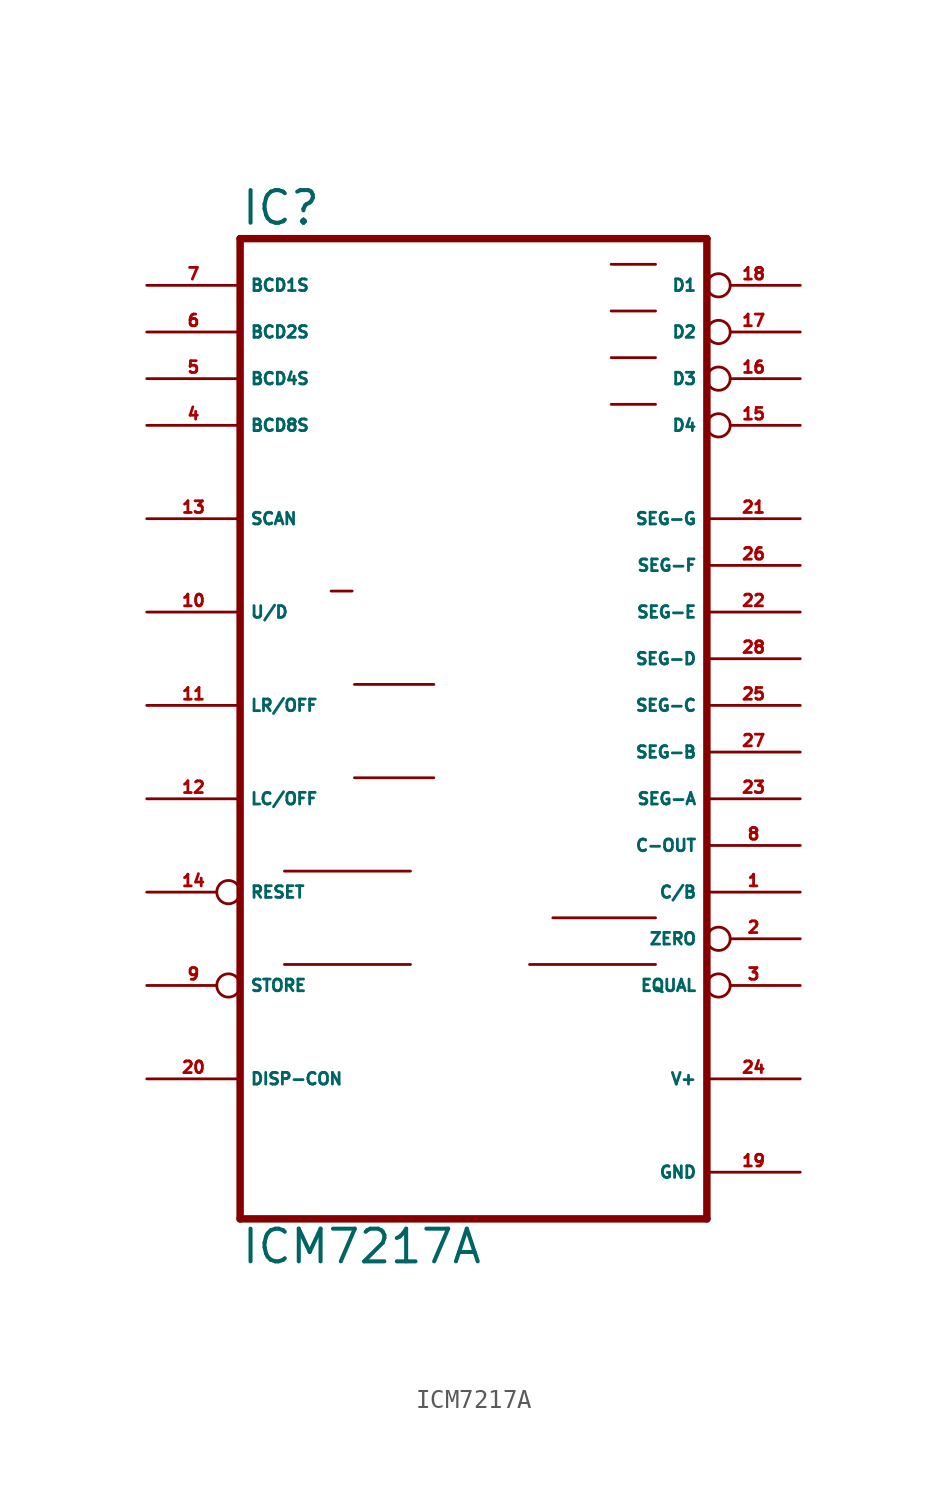
<source format=kicad_sym>
(kicad_symbol_lib
  (version 20220914)
  (generator Eagle2Kicad)
  (symbol "ICM7217A"
    (property "Reference" "IC"
      (at -12.7 26.035 0)
      (effects (font (size 1.778 1.778) (thickness 0.22)) (justify left bottom)))
    (property "Value" "ICM7217A"
      (at -12.7 -30.48 0)
      (effects (font (size 1.778 1.778) (thickness 0.22)) (justify left bottom)))
    (polyline
      (pts (xy 12.7 -27.94) (xy -12.7 -27.94))
      (stroke (width 0.406) (type default))
      (fill (type none)))
    (polyline
      (pts (xy -12.7 25.4) (xy -12.7 -27.94))
      (stroke (width 0.406) (type default))
      (fill (type none)))
    (polyline
      (pts (xy -12.7 25.4) (xy 12.7 25.4))
      (stroke (width 0.406) (type default))
      (fill (type none)))
    (polyline
      (pts (xy 12.7 -27.94) (xy 12.7 25.4))
      (stroke (width 0.406) (type default))
      (fill (type none)))
    (polyline
      (pts (xy 3.048 -14.097) (xy 9.906 -14.097))
      (stroke (width 0.152) (type default))
      (fill (type none)))
    (polyline
      (pts (xy 4.318 -11.557) (xy 9.906 -11.557))
      (stroke (width 0.152) (type default))
      (fill (type none)))
    (polyline
      (pts (xy -10.287 -14.097) (xy -3.429 -14.097))
      (stroke (width 0.152) (type default))
      (fill (type none)))
    (polyline
      (pts (xy -10.287 -9.017) (xy -3.429 -9.017))
      (stroke (width 0.152) (type default))
      (fill (type none)))
    (polyline
      (pts (xy -6.477 -3.937) (xy -2.159 -3.937))
      (stroke (width 0.152) (type default))
      (fill (type none)))
    (polyline
      (pts (xy -6.477 1.143) (xy -2.159 1.143))
      (stroke (width 0.152) (type default))
      (fill (type none)))
    (polyline
      (pts (xy -7.747 6.223) (xy -6.604 6.223))
      (stroke (width 0.152) (type default))
      (fill (type none)))
    (polyline
      (pts (xy 7.493 24.003) (xy 9.906 24.003))
      (stroke (width 0.152) (type default))
      (fill (type none)))
    (polyline
      (pts (xy 7.493 21.463) (xy 9.906 21.463))
      (stroke (width 0.152) (type default))
      (fill (type none)))
    (polyline
      (pts (xy 7.493 18.923) (xy 9.906 18.923))
      (stroke (width 0.152) (type default))
      (fill (type none)))
    (polyline
      (pts (xy 7.493 16.383) (xy 9.906 16.383))
      (stroke (width 0.152) (type default))
      (fill (type none)))
    (pin output inverted
      (at 17.78 22.86 180)
      (length 5.08)
      (name "D1" (effects (font (size 0.635 0.635) (thickness 0.08)) (justify left bottom)))
      (number "18" (effects (font (size 0.635 0.635) (thickness 0.08)) (justify left bottom))))
    (pin output inverted
      (at 17.78 20.32 180)
      (length 5.08)
      (name "D2" (effects (font (size 0.635 0.635) (thickness 0.08)) (justify left bottom)))
      (number "17" (effects (font (size 0.635 0.635) (thickness 0.08)) (justify left bottom))))
    (pin output inverted
      (at 17.78 17.78 180)
      (length 5.08)
      (name "D3" (effects (font (size 0.635 0.635) (thickness 0.08)) (justify left bottom)))
      (number "16" (effects (font (size 0.635 0.635) (thickness 0.08)) (justify left bottom))))
    (pin output inverted
      (at 17.78 15.24 180)
      (length 5.08)
      (name "D4" (effects (font (size 0.635 0.635) (thickness 0.08)) (justify left bottom)))
      (number "15" (effects (font (size 0.635 0.635) (thickness 0.08)) (justify left bottom))))
    (pin output line
      (at 17.78 -10.16 180)
      (length 5.08)
      (name "C/B" (effects (font (size 0.635 0.635) (thickness 0.08)) (justify left bottom)))
      (number "1" (effects (font (size 0.635 0.635) (thickness 0.08)) (justify left bottom))))
    (pin output inverted
      (at 17.78 -12.7 180)
      (length 5.08)
      (name "ZERO" (effects (font (size 0.635 0.635) (thickness 0.08)) (justify left bottom)))
      (number "2" (effects (font (size 0.635 0.635) (thickness 0.08)) (justify left bottom))))
    (pin output inverted
      (at 17.78 -15.24 180)
      (length 5.08)
      (name "EQUAL" (effects (font (size 0.635 0.635) (thickness 0.08)) (justify left bottom)))
      (number "3" (effects (font (size 0.635 0.635) (thickness 0.08)) (justify left bottom))))
    (pin output line
      (at 17.78 10.16 180)
      (length 5.08)
      (name "SEG-G" (effects (font (size 0.635 0.635) (thickness 0.08)) (justify left bottom)))
      (number "21" (effects (font (size 0.635 0.635) (thickness 0.08)) (justify left bottom))))
    (pin output line
      (at 17.78 7.62 180)
      (length 5.08)
      (name "SEG-F" (effects (font (size 0.635 0.635) (thickness 0.08)) (justify left bottom)))
      (number "26" (effects (font (size 0.635 0.635) (thickness 0.08)) (justify left bottom))))
    (pin output line
      (at 17.78 5.08 180)
      (length 5.08)
      (name "SEG-E" (effects (font (size 0.635 0.635) (thickness 0.08)) (justify left bottom)))
      (number "22" (effects (font (size 0.635 0.635) (thickness 0.08)) (justify left bottom))))
    (pin output line
      (at 17.78 2.54 180)
      (length 5.08)
      (name "SEG-D" (effects (font (size 0.635 0.635) (thickness 0.08)) (justify left bottom)))
      (number "28" (effects (font (size 0.635 0.635) (thickness 0.08)) (justify left bottom))))
    (pin bidirectional line
      (at -17.78 22.86 0)
      (length 5.08)
      (name "BCD1S" (effects (font (size 0.635 0.635) (thickness 0.08)) (justify left bottom)))
      (number "7" (effects (font (size 0.635 0.635) (thickness 0.08)) (justify left bottom))))
    (pin bidirectional line
      (at -17.78 20.32 0)
      (length 5.08)
      (name "BCD2S" (effects (font (size 0.635 0.635) (thickness 0.08)) (justify left bottom)))
      (number "6" (effects (font (size 0.635 0.635) (thickness 0.08)) (justify left bottom))))
    (pin bidirectional line
      (at -17.78 17.78 0)
      (length 5.08)
      (name "BCD4S" (effects (font (size 0.635 0.635) (thickness 0.08)) (justify left bottom)))
      (number "5" (effects (font (size 0.635 0.635) (thickness 0.08)) (justify left bottom))))
    (pin bidirectional line
      (at -17.78 15.24 0)
      (length 5.08)
      (name "BCD8S" (effects (font (size 0.635 0.635) (thickness 0.08)) (justify left bottom)))
      (number "4" (effects (font (size 0.635 0.635) (thickness 0.08)) (justify left bottom))))
    (pin output line
      (at 17.78 0 180)
      (length 5.08)
      (name "SEG-C" (effects (font (size 0.635 0.635) (thickness 0.08)) (justify left bottom)))
      (number "25" (effects (font (size 0.635 0.635) (thickness 0.08)) (justify left bottom))))
    (pin output line
      (at 17.78 -2.54 180)
      (length 5.08)
      (name "SEG-B" (effects (font (size 0.635 0.635) (thickness 0.08)) (justify left bottom)))
      (number "27" (effects (font (size 0.635 0.635) (thickness 0.08)) (justify left bottom))))
    (pin output line
      (at 17.78 -5.08 180)
      (length 5.08)
      (name "SEG-A" (effects (font (size 0.635 0.635) (thickness 0.08)) (justify left bottom)))
      (number "23" (effects (font (size 0.635 0.635) (thickness 0.08)) (justify left bottom))))
    (pin output line
      (at 17.78 -7.62 180)
      (length 5.08)
      (name "C-OUT" (effects (font (size 0.635 0.635) (thickness 0.08)) (justify left bottom)))
      (number "8" (effects (font (size 0.635 0.635) (thickness 0.08)) (justify left bottom))))
    (pin input line
      (at -17.78 5.08 0)
      (length 5.08)
      (name "U/D" (effects (font (size 0.635 0.635) (thickness 0.08)) (justify left bottom)))
      (number "10" (effects (font (size 0.635 0.635) (thickness 0.08)) (justify left bottom))))
    (pin input line
      (at -17.78 0 0)
      (length 5.08)
      (name "LR/OFF" (effects (font (size 0.635 0.635) (thickness 0.08)) (justify left bottom)))
      (number "11" (effects (font (size 0.635 0.635) (thickness 0.08)) (justify left bottom))))
    (pin bidirectional line
      (at -17.78 -5.08 0)
      (length 5.08)
      (name "LC/OFF" (effects (font (size 0.635 0.635) (thickness 0.08)) (justify left bottom)))
      (number "12" (effects (font (size 0.635 0.635) (thickness 0.08)) (justify left bottom))))
    (pin passive line
      (at -17.78 10.16 0)
      (length 5.08)
      (name "SCAN" (effects (font (size 0.635 0.635) (thickness 0.08)) (justify left bottom)))
      (number "13" (effects (font (size 0.635 0.635) (thickness 0.08)) (justify left bottom))))
    (pin input inverted
      (at -17.78 -10.16 0)
      (length 5.08)
      (name "RESET" (effects (font (size 0.635 0.635) (thickness 0.08)) (justify left bottom)))
      (number "14" (effects (font (size 0.635 0.635) (thickness 0.08)) (justify left bottom))))
    (pin input line
      (at -17.78 -20.32 0)
      (length 5.08)
      (name "DISP-CON" (effects (font (size 0.635 0.635) (thickness 0.08)) (justify left bottom)))
      (number "20" (effects (font (size 0.635 0.635) (thickness 0.08)) (justify left bottom))))
    (pin unspecified line
      (at 17.78 -25.4 180)
      (length 5.08)
      (name "GND" (effects (font (size 0.635 0.635) (thickness 0.08)) (justify left bottom)))
      (number "19" (effects (font (size 0.635 0.635) (thickness 0.08)) (justify left bottom))))
    (pin unspecified line
      (at 17.78 -20.32 180)
      (length 5.08)
      (name "V+" (effects (font (size 0.635 0.635) (thickness 0.08)) (justify left bottom)))
      (number "24" (effects (font (size 0.635 0.635) (thickness 0.08)) (justify left bottom))))
    (pin input inverted
      (at -17.78 -15.24 0)
      (length 5.08)
      (name "STORE" (effects (font (size 0.635 0.635) (thickness 0.08)) (justify left bottom)))
      (number "9" (effects (font (size 0.635 0.635) (thickness 0.08)) (justify left bottom))))))
</source>
